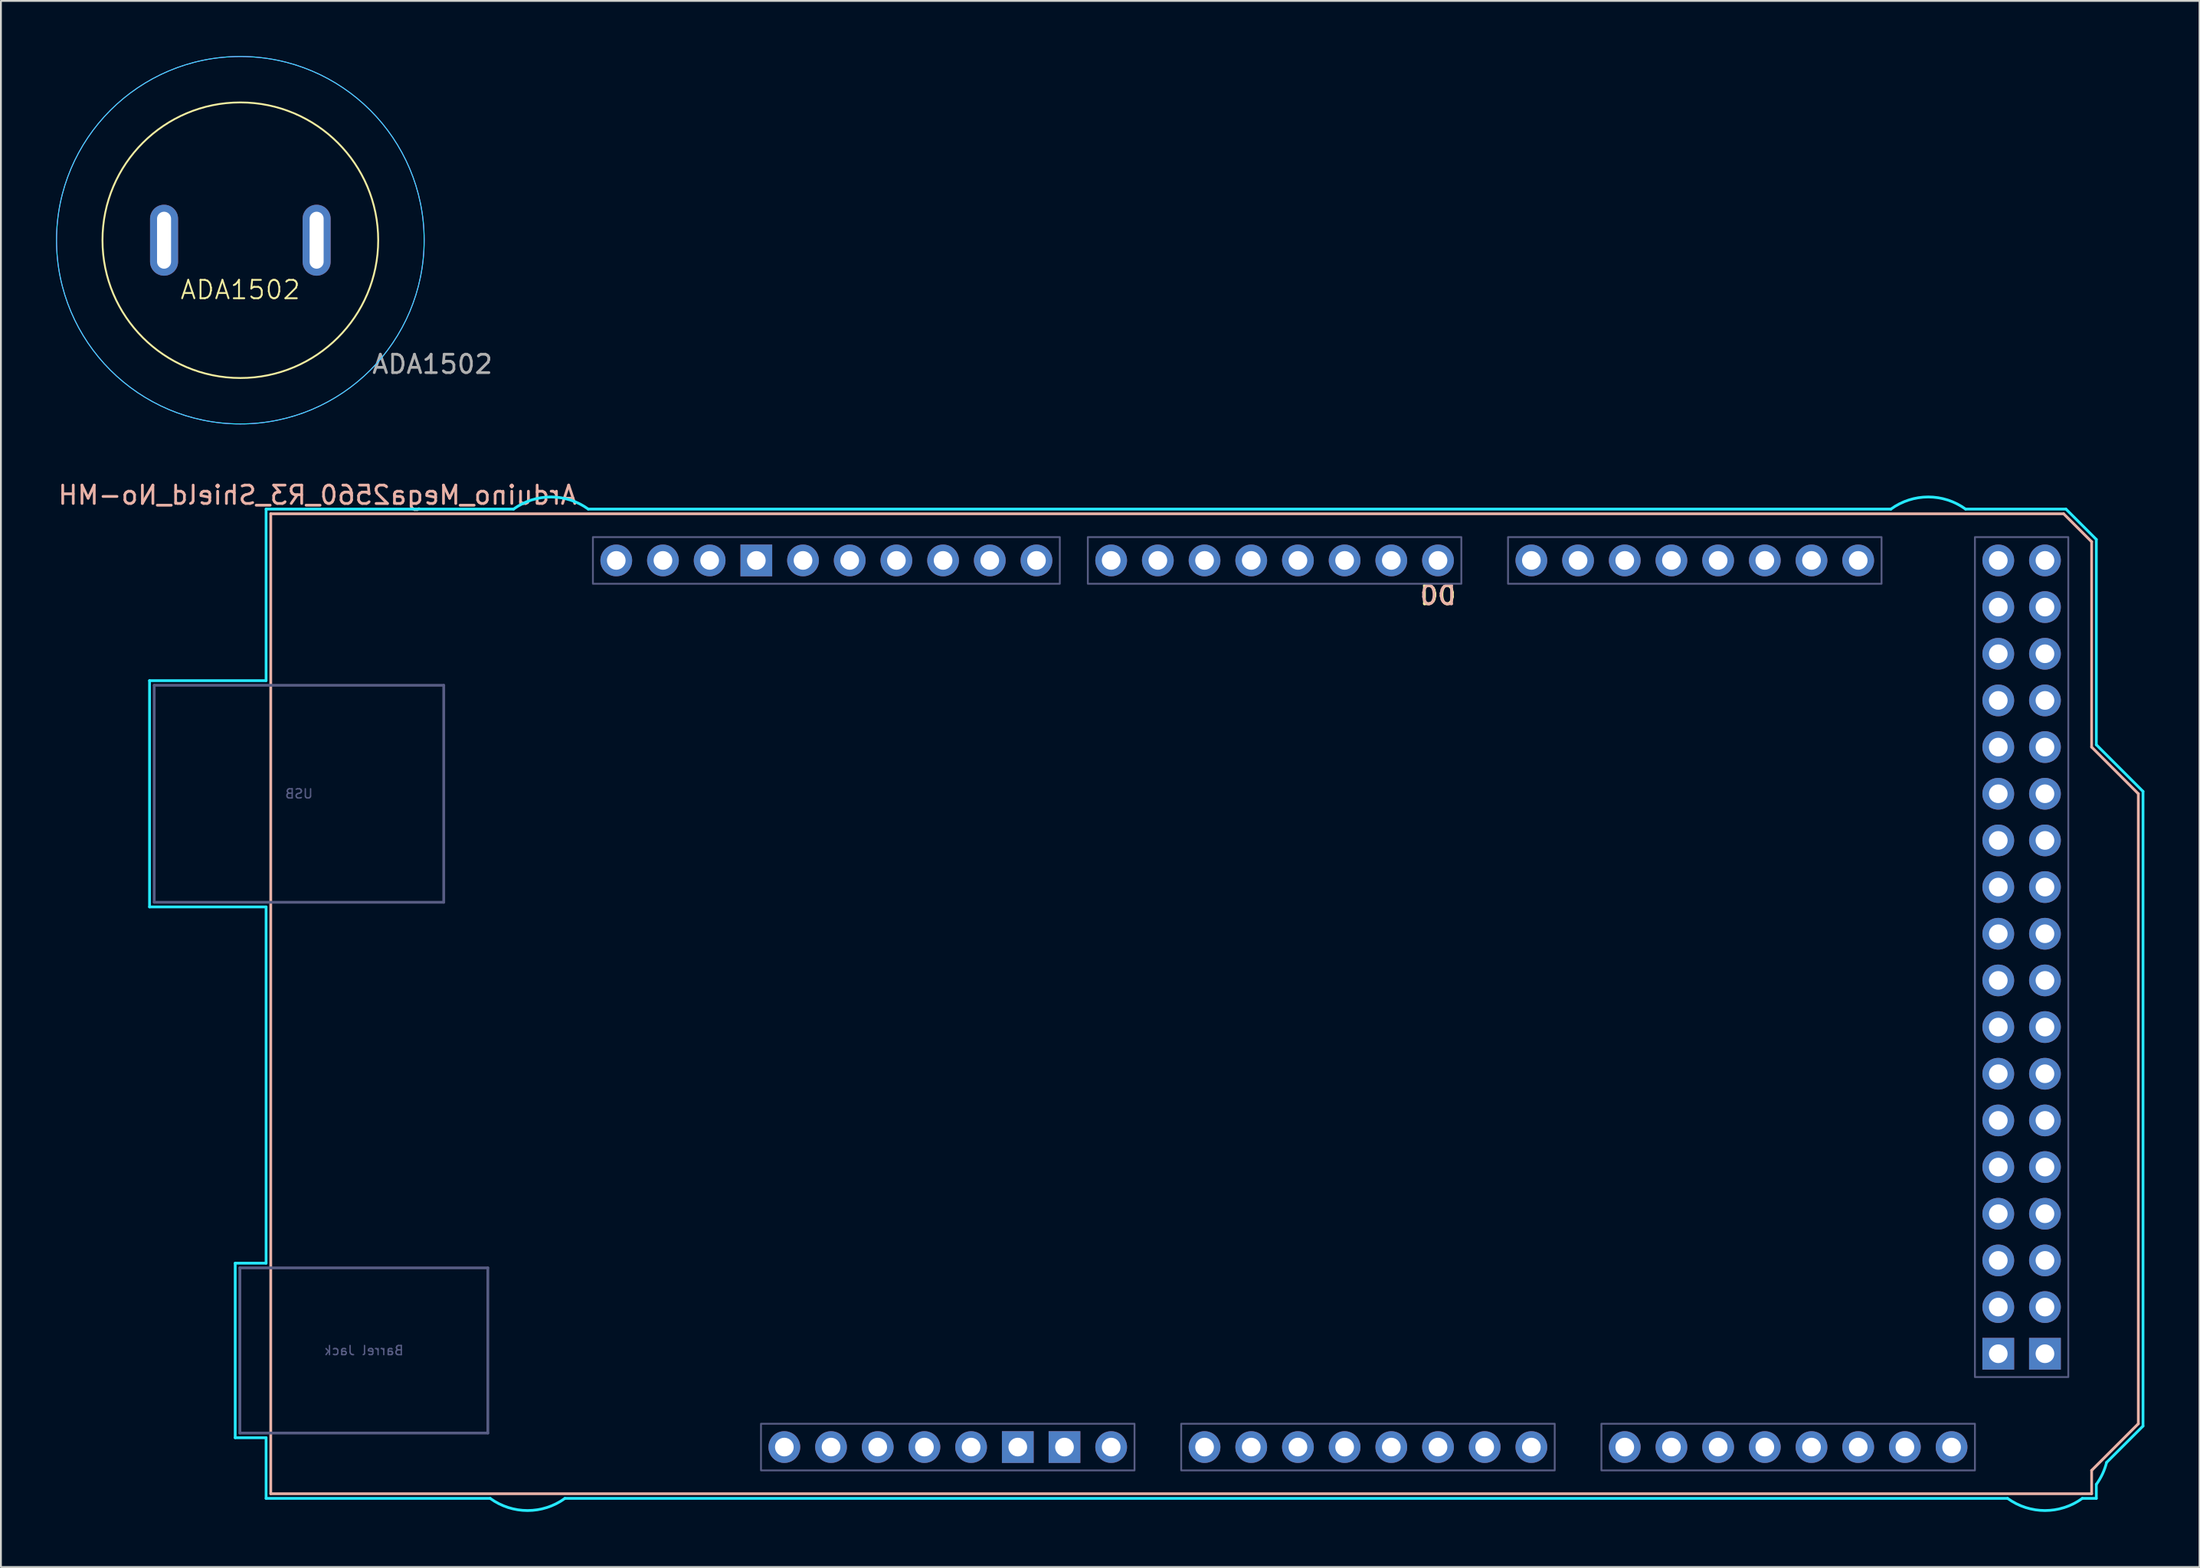
<source format=kicad_pcb>
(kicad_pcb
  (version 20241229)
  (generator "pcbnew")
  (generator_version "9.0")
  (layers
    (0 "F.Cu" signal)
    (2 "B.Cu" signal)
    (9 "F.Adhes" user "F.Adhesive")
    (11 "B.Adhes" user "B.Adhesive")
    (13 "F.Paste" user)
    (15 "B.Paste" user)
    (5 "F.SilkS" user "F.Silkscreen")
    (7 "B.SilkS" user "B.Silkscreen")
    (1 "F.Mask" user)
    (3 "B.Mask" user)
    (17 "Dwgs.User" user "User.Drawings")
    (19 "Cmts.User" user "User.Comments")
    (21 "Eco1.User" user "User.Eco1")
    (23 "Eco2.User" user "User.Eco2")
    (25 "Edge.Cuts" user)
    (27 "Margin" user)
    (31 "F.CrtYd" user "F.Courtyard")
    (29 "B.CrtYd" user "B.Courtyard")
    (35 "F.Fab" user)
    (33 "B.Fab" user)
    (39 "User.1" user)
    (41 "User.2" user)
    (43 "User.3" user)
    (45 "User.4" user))
  (footprint "ADA1502"
    (layer "F.Cu")
    (at 10.025 10.025)
    (property "Reference" "ADA1502" (at 0 2.7 0) (unlocked yes) (layer "F.SilkS") (effects (font (size 1 1) (thickness 0.1))))
    (attr through_hole)
    (fp_circle (center 0 0) (end 7.5 0) (stroke (width 0.1) (type default)) (fill no) (layer "F.SilkS"))
    (fp_circle (center 0 0) (end 10 0) (stroke (width 0.05) (type default)) (fill no) (layer "B.CrtYd"))
    (fp_circle (center 0 0) (end 10 0) (stroke (width 0.05) (type default)) (fill no) (layer "F.CrtYd"))
    (fp_text user "${REFERENCE}" (at 10.45 6.75 0) (unlocked yes) (layer "F.Fab") (effects (font (size 1 1) (thickness 0.15))))
    (pad "1" thru_hole oval (at -4.15 0) (size 1.524 3.862) (drill oval 0.762 3.1) (layers "*.Cu" "*.Mask"))
    (pad "2" thru_hole oval (at 4.15 0) (size 1.524 3.862) (drill oval 0.762 3.1) (layers "*.Cu" "*.Mask")))
  (footprint "Arduino_Mega2560_R3_Shield_No-MH"
    (layer "F.Cu")
    (at 11.68 78.254)
    (property "Reference" "Arduino_Mega2560_R3_Shield_No-MH" (at 2.54 -54.356 0) (layer "B.SilkS") (effects (font (size 1 1) (thickness 0.15)) (justify mirror)))
    (attr through_hole)
    (fp_line (start 0 -53.34) (end 0 0) (stroke (width 0.15) (type solid)) (layer "B.SilkS"))
    (fp_line (start 0 -53.34) (end 97.536 -53.34) (stroke (width 0.15) (type solid)) (layer "B.SilkS"))
    (fp_line (start 0 0) (end 99.06 0) (stroke (width 0.15) (type solid)) (layer "B.SilkS"))
    (fp_line (start 97.536 -53.34) (end 99.06 -51.816) (stroke (width 0.15) (type solid)) (layer "B.SilkS"))
    (fp_line (start 99.06 -40.64) (end 99.06 -51.816) (stroke (width 0.15) (type solid)) (layer "B.SilkS"))
    (fp_line (start 99.06 -1.27) (end 101.6 -3.81) (stroke (width 0.15) (type solid)) (layer "B.SilkS"))
    (fp_line (start 99.06 0) (end 99.06 -1.27) (stroke (width 0.15) (type solid)) (layer "B.SilkS"))
    (fp_line (start 101.6 -38.1) (end 99.06 -40.64) (stroke (width 0.15) (type solid)) (layer "B.SilkS"))
    (fp_line (start 101.6 -3.81) (end 101.6 -38.1) (stroke (width 0.15) (type solid)) (layer "B.SilkS"))
    (fp_line (start -6.594 -44.258) (end -0.254 -44.258) (stroke (width 0.15) (type solid)) (layer "B.CrtYd"))
    (fp_line (start -6.594 -31.94) (end -6.594 -44.258) (stroke (width 0.15) (type solid)) (layer "B.CrtYd"))
    (fp_line (start -1.934 -12.548) (end -1.934 -3.049) (stroke (width 0.15) (type solid)) (layer "B.CrtYd"))
    (fp_line (start -1.934 -12.548) (end -0.254 -12.548) (stroke (width 0.15) (type solid)) (layer "B.CrtYd"))
    (fp_line (start -1.934 -3.049) (end -0.254 -3.049) (stroke (width 0.15) (type solid)) (layer "B.CrtYd"))
    (fp_line (start -0.254 -53.594) (end -0.254 -44.258) (stroke (width 0.15) (type solid)) (layer "B.CrtYd"))
    (fp_line (start -0.254 -31.94) (end -6.594 -31.94) (stroke (width 0.15) (type solid)) (layer "B.CrtYd"))
    (fp_line (start -0.254 -31.94) (end -0.254 -12.548) (stroke (width 0.15) (type solid)) (layer "B.CrtYd"))
    (fp_line (start -0.254 -3.049) (end -0.254 0.254) (stroke (width 0.15) (type solid)) (layer "B.CrtYd"))
    (fp_line (start 11.938 0.254) (end -0.254 0.254) (stroke (width 0.15) (type solid)) (layer "B.CrtYd"))
    (fp_line (start 13.208 -53.594) (end -0.254 -53.594) (stroke (width 0.15) (type solid)) (layer "B.CrtYd"))
    (fp_line (start 16.002 0.254) (end 94.488 0.254) (stroke (width 0.15) (type solid)) (layer "B.CrtYd"))
    (fp_line (start 17.272 -53.594) (end 88.138 -53.594) (stroke (width 0.15) (type solid)) (layer "B.CrtYd"))
    (fp_line (start 97.663 -53.594) (end 92.202 -53.594) (stroke (width 0.15) (type solid)) (layer "B.CrtYd"))
    (fp_line (start 97.663 -53.594) (end 99.314 -51.943) (stroke (width 0.15) (type solid)) (layer "B.CrtYd"))
    (fp_line (start 99.314 -40.767) (end 99.314 -51.943) (stroke (width 0.15) (type solid)) (layer "B.CrtYd"))
    (fp_line (start 99.314 0.254) (end 98.552 0.254) (stroke (width 0.15) (type solid)) (layer "B.CrtYd"))
    (fp_line (start 99.314 0.254) (end 99.314 -0.508) (stroke (width 0.15) (type solid)) (layer "B.CrtYd"))
    (fp_line (start 99.873 -1.702) (end 101.854 -3.683) (stroke (width 0.15) (type solid)) (layer "B.CrtYd"))
    (fp_line (start 101.854 -38.227) (end 99.314 -40.767) (stroke (width 0.15) (type solid)) (layer "B.CrtYd"))
    (fp_line (start 101.854 -3.683) (end 101.854 -38.227) (stroke (width 0.15) (type solid)) (layer "B.CrtYd"))
    (fp_arc (start 13.208 -53.594) (mid 15.24 -54.254237) (end 17.272 -53.594) (stroke (width 0.15) (type solid)) (layer "B.CrtYd"))
    (fp_arc (start 16.002 0.254) (mid 13.97 0.914237) (end 11.938 0.254) (stroke (width 0.15) (type solid)) (layer "B.CrtYd"))
    (fp_arc (start 88.138 -53.594) (mid 90.17 -54.254237) (end 92.202 -53.594) (stroke (width 0.15) (type solid)) (layer "B.CrtYd"))
    (fp_arc (start 98.552 0.254) (mid 96.52 0.914237) (end 94.488 0.254) (stroke (width 0.15) (type solid)) (layer "B.CrtYd"))
    (fp_arc (start 99.8728 -1.7018) (mid 99.650925 -1.077973) (end 99.314 -0.508) (stroke (width 0.15) (type solid)) (layer "B.CrtYd"))
    (fp_line (start -6.34 -44.004) (end 9.41 -44.004) (stroke (width 0.15) (type solid)) (layer "B.Fab"))
    (fp_line (start -6.34 -32.194) (end -6.34 -44.004) (stroke (width 0.15) (type solid)) (layer "B.Fab"))
    (fp_line (start -6.34 -32.194) (end 9.41 -32.194) (stroke (width 0.15) (type solid)) (layer "B.Fab"))
    (fp_line (start -1.68 -12.294) (end -1.68 -3.303) (stroke (width 0.15) (type solid)) (layer "B.Fab"))
    (fp_line (start -1.68 -12.294) (end 11.81 -12.294) (stroke (width 0.15) (type solid)) (layer "B.Fab"))
    (fp_line (start -1.68 -3.303) (end 11.81 -3.303) (stroke (width 0.15) (type solid)) (layer "B.Fab"))
    (fp_line (start 9.41 -32.194) (end 9.41 -44.004) (stroke (width 0.15) (type solid)) (layer "B.Fab"))
    (fp_line (start 11.81 -12.294) (end 11.81 -3.303) (stroke (width 0.15) (type solid)) (layer "B.Fab"))
    (fp_rect (start 17.526 -52.07) (end 42.926 -49.53) (stroke (width 0.1) (type solid)) (fill no) (layer "B.Fab"))
    (fp_rect (start 26.67 -3.81) (end 46.99 -1.27) (stroke (width 0.1) (type solid)) (fill no) (layer "B.Fab"))
    (fp_rect (start 44.45 -52.07) (end 64.77 -49.53) (stroke (width 0.1) (type solid)) (fill no) (layer "B.Fab"))
    (fp_rect (start 49.53 -3.81) (end 69.85 -1.27) (stroke (width 0.1) (type solid)) (fill no) (layer "B.Fab"))
    (fp_rect (start 67.31 -52.07) (end 87.63 -49.53) (stroke (width 0.1) (type solid)) (fill no) (layer "B.Fab"))
    (fp_rect (start 72.39 -3.81) (end 92.71 -1.27) (stroke (width 0.1) (type solid)) (fill no) (layer "B.Fab"))
    (fp_rect (start 92.71 -52.07) (end 97.79 -6.35) (stroke (width 0.1) (type solid)) (fill no) (layer "B.Fab"))
    (fp_text user "D0" (at 63.5 -48.895 0) (unlocked yes) (layer "F.SilkS") (effects (font (size 1 1) (thickness 0.15))))
    (fp_text user "D0" (at 63.5 -48.895 0) (unlocked yes) (layer "B.SilkS") (effects (font (size 1 1) (thickness 0.15)) (justify mirror)))
    (fp_text user "USB" (at 1.535 -38.099 0) (layer "B.Fab") (effects (font (size 0.5 0.5) (thickness 0.075)) (justify mirror)))
    (fp_text user "Barrel Jack" (at 5.065 -7.798 0) (layer "B.Fab") (effects (font (size 0.5 0.5) (thickness 0.075)) (justify mirror)))
    (pad "" thru_hole oval (at 27.94 -2.54) (size 1.727 1.727) (drill 1.016) (layers "*.Cu" "*.Mask"))
    (pad "3V3" thru_hole oval (at 35.56 -2.54) (size 1.727 1.727) (drill 1.016) (layers "*.Cu" "*.Mask"))
    (pad "5V1" thru_hole oval (at 38.1 -2.54) (size 1.727 1.727) (drill 1.016) (layers "*.Cu" "*.Mask"))
    (pad "5V3" thru_hole oval (at 93.98 -50.8) (size 1.727 1.727) (drill 1.016) (layers "*.Cu" "*.Mask"))
    (pad "5V4" thru_hole oval (at 96.52 -50.8) (size 1.727 1.727) (drill 1.016) (layers "*.Cu" "*.Mask"))
    (pad "A0" thru_hole oval (at 50.8 -2.54) (size 1.727 1.727) (drill 1.016) (layers "*.Cu" "*.Mask"))
    (pad "A1" thru_hole oval (at 53.34 -2.54) (size 1.727 1.727) (drill 1.016) (layers "*.Cu" "*.Mask"))
    (pad "A2" thru_hole oval (at 55.88 -2.54) (size 1.727 1.727) (drill 1.016) (layers "*.Cu" "*.Mask"))
    (pad "A3" thru_hole oval (at 58.42 -2.54) (size 1.727 1.727) (drill 1.016) (layers "*.Cu" "*.Mask"))
    (pad "A4" thru_hole oval (at 60.96 -2.54) (size 1.727 1.727) (drill 1.016) (layers "*.Cu" "*.Mask"))
    (pad "A5" thru_hole oval (at 63.5 -2.54) (size 1.727 1.727) (drill 1.016) (layers "*.Cu" "*.Mask"))
    (pad "A6" thru_hole oval (at 66.04 -2.54) (size 1.727 1.727) (drill 1.016) (layers "*.Cu" "*.Mask"))
    (pad "A7" thru_hole oval (at 68.58 -2.54) (size 1.727 1.727) (drill 1.016) (layers "*.Cu" "*.Mask"))
    (pad "A8" thru_hole oval (at 73.66 -2.54) (size 1.727 1.727) (drill 1.016) (layers "*.Cu" "*.Mask"))
    (pad "A9" thru_hole oval (at 76.2 -2.54) (size 1.727 1.727) (drill 1.016) (layers "*.Cu" "*.Mask"))
    (pad "A10" thru_hole oval (at 78.74 -2.54) (size 1.727 1.727) (drill 1.016) (layers "*.Cu" "*.Mask"))
    (pad "A11" thru_hole oval (at 81.28 -2.54) (size 1.727 1.727) (drill 1.016) (layers "*.Cu" "*.Mask"))
    (pad "A12" thru_hole oval (at 83.82 -2.54) (size 1.727 1.727) (drill 1.016) (layers "*.Cu" "*.Mask"))
    (pad "A13" thru_hole oval (at 86.36 -2.54) (size 1.727 1.727) (drill 1.016) (layers "*.Cu" "*.Mask"))
    (pad "A14" thru_hole oval (at 88.9 -2.54) (size 1.727 1.727) (drill 1.016) (layers "*.Cu" "*.Mask"))
    (pad "A15" thru_hole oval (at 91.44 -2.54) (size 1.727 1.727) (drill 1.016) (layers "*.Cu" "*.Mask"))
    (pad "AREF" thru_hole oval (at 23.876 -50.8) (size 1.727 1.727) (drill 1.016) (layers "*.Cu" "*.Mask"))
    (pad "D0" thru_hole oval (at 63.5 -50.8) (size 1.727 1.727) (drill 1.016) (layers "*.Cu" "*.Mask"))
    (pad "D1" thru_hole oval (at 60.96 -50.8) (size 1.727 1.727) (drill 1.016) (layers "*.Cu" "*.Mask"))
    (pad "D2" thru_hole oval (at 58.42 -50.8) (size 1.727 1.727) (drill 1.016) (layers "*.Cu" "*.Mask"))
    (pad "D3" thru_hole oval (at 55.88 -50.8) (size 1.727 1.727) (drill 1.016) (layers "*.Cu" "*.Mask"))
    (pad "D4" thru_hole oval (at 53.34 -50.8) (size 1.727 1.727) (drill 1.016) (layers "*.Cu" "*.Mask"))
    (pad "D5" thru_hole oval (at 50.8 -50.8) (size 1.727 1.727) (drill 1.016) (layers "*.Cu" "*.Mask"))
    (pad "D6" thru_hole oval (at 48.26 -50.8) (size 1.727 1.727) (drill 1.016) (layers "*.Cu" "*.Mask"))
    (pad "D7" thru_hole oval (at 45.72 -50.8) (size 1.727 1.727) (drill 1.016) (layers "*.Cu" "*.Mask"))
    (pad "D8" thru_hole oval (at 41.656 -50.8) (size 1.727 1.727) (drill 1.016) (layers "*.Cu" "*.Mask"))
    (pad "D9" thru_hole oval (at 39.116 -50.8) (size 1.727 1.727) (drill 1.016) (layers "*.Cu" "*.Mask"))
    (pad "D10" thru_hole oval (at 36.576 -50.8) (size 1.727 1.727) (drill 1.016) (layers "*.Cu" "*.Mask"))
    (pad "D11" thru_hole oval (at 34.036 -50.8) (size 1.727 1.727) (drill 1.016) (layers "*.Cu" "*.Mask"))
    (pad "D12" thru_hole oval (at 31.496 -50.8) (size 1.727 1.727) (drill 1.016) (layers "*.Cu" "*.Mask"))
    (pad "D13" thru_hole oval (at 28.956 -50.8) (size 1.727 1.727) (drill 1.016) (layers "*.Cu" "*.Mask"))
    (pad "D14" thru_hole oval (at 68.58 -50.8) (size 1.727 1.727) (drill 1.016) (layers "*.Cu" "*.Mask"))
    (pad "D15" thru_hole oval (at 71.12 -50.8) (size 1.727 1.727) (drill 1.016) (layers "*.Cu" "*.Mask"))
    (pad "D16" thru_hole oval (at 73.66 -50.8) (size 1.727 1.727) (drill 1.016) (layers "*.Cu" "*.Mask"))
    (pad "D17" thru_hole oval (at 76.2 -50.8) (size 1.727 1.727) (drill 1.016) (layers "*.Cu" "*.Mask"))
    (pad "D18" thru_hole oval (at 78.74 -50.8) (size 1.727 1.727) (drill 1.016) (layers "*.Cu" "*.Mask"))
    (pad "D19" thru_hole oval (at 81.28 -50.8) (size 1.727 1.727) (drill 1.016) (layers "*.Cu" "*.Mask"))
    (pad "D20" thru_hole oval (at 83.82 -50.8) (size 1.727 1.727) (drill 1.016) (layers "*.Cu" "*.Mask"))
    (pad "D21" thru_hole oval (at 86.36 -50.8) (size 1.727 1.727) (drill 1.016) (layers "*.Cu" "*.Mask"))
    (pad "D22" thru_hole oval (at 93.98 -48.26) (size 1.727 1.727) (drill 1.016) (layers "*.Cu" "*.Mask"))
    (pad "D23" thru_hole oval (at 96.52 -48.26) (size 1.727 1.727) (drill 1.016) (layers "*.Cu" "*.Mask"))
    (pad "D24" thru_hole oval (at 93.98 -45.72) (size 1.727 1.727) (drill 1.016) (layers "*.Cu" "*.Mask"))
    (pad "D25" thru_hole oval (at 96.52 -45.72) (size 1.727 1.727) (drill 1.016) (layers "*.Cu" "*.Mask"))
    (pad "D26" thru_hole oval (at 93.98 -43.18) (size 1.727 1.727) (drill 1.016) (layers "*.Cu" "*.Mask"))
    (pad "D27" thru_hole oval (at 96.52 -43.18) (size 1.727 1.727) (drill 1.016) (layers "*.Cu" "*.Mask"))
    (pad "D28" thru_hole oval (at 93.98 -40.64) (size 1.727 1.727) (drill 1.016) (layers "*.Cu" "*.Mask"))
    (pad "D29" thru_hole oval (at 96.52 -40.64) (size 1.727 1.727) (drill 1.016) (layers "*.Cu" "*.Mask"))
    (pad "D30" thru_hole oval (at 93.98 -38.1) (size 1.727 1.727) (drill 1.016) (layers "*.Cu" "*.Mask"))
    (pad "D31" thru_hole oval (at 96.52 -38.1) (size 1.727 1.727) (drill 1.016) (layers "*.Cu" "*.Mask"))
    (pad "D32" thru_hole oval (at 93.98 -35.56) (size 1.727 1.727) (drill 1.016) (layers "*.Cu" "*.Mask"))
    (pad "D33" thru_hole oval (at 96.52 -35.56) (size 1.727 1.727) (drill 1.016) (layers "*.Cu" "*.Mask"))
    (pad "D34" thru_hole oval (at 93.98 -33.02) (size 1.727 1.727) (drill 1.016) (layers "*.Cu" "*.Mask"))
    (pad "D35" thru_hole oval (at 96.52 -33.02) (size 1.727 1.727) (drill 1.016) (layers "*.Cu" "*.Mask"))
    (pad "D36" thru_hole oval (at 93.98 -30.48) (size 1.727 1.727) (drill 1.016) (layers "*.Cu" "*.Mask"))
    (pad "D37" thru_hole oval (at 96.52 -30.48) (size 1.727 1.727) (drill 1.016) (layers "*.Cu" "*.Mask"))
    (pad "D38" thru_hole oval (at 93.98 -27.94) (size 1.727 1.727) (drill 1.016) (layers "*.Cu" "*.Mask"))
    (pad "D39" thru_hole oval (at 96.52 -27.94) (size 1.727 1.727) (drill 1.016) (layers "*.Cu" "*.Mask"))
    (pad "D40" thru_hole oval (at 93.98 -25.4) (size 1.727 1.727) (drill 1.016) (layers "*.Cu" "*.Mask"))
    (pad "D41" thru_hole oval (at 96.52 -25.4) (size 1.727 1.727) (drill 1.016) (layers "*.Cu" "*.Mask"))
    (pad "D42" thru_hole oval (at 93.98 -22.86) (size 1.727 1.727) (drill 1.016) (layers "*.Cu" "*.Mask"))
    (pad "D43" thru_hole oval (at 96.52 -22.86) (size 1.727 1.727) (drill 1.016) (layers "*.Cu" "*.Mask"))
    (pad "D44" thru_hole oval (at 93.98 -20.32) (size 1.727 1.727) (drill 1.016) (layers "*.Cu" "*.Mask"))
    (pad "D45" thru_hole oval (at 96.52 -20.32) (size 1.727 1.727) (drill 1.016) (layers "*.Cu" "*.Mask"))
    (pad "D46" thru_hole oval (at 93.98 -17.78) (size 1.727 1.727) (drill 1.016) (layers "*.Cu" "*.Mask"))
    (pad "D47" thru_hole oval (at 96.52 -17.78) (size 1.727 1.727) (drill 1.016) (layers "*.Cu" "*.Mask"))
    (pad "D48" thru_hole oval (at 93.98 -15.24) (size 1.727 1.727) (drill 1.016) (layers "*.Cu" "*.Mask"))
    (pad "D49" thru_hole oval (at 96.52 -15.24) (size 1.727 1.727) (drill 1.016) (layers "*.Cu" "*.Mask"))
    (pad "D50" thru_hole oval (at 93.98 -12.7) (size 1.727 1.727) (drill 1.016) (layers "*.Cu" "*.Mask"))
    (pad "D51" thru_hole oval (at 96.52 -12.7) (size 1.727 1.727) (drill 1.016) (layers "*.Cu" "*.Mask"))
    (pad "D52" thru_hole oval (at 93.98 -10.16) (size 1.727 1.727) (drill 1.016) (layers "*.Cu" "*.Mask"))
    (pad "D53" thru_hole oval (at 96.52 -10.16) (size 1.727 1.727) (drill 1.016) (layers "*.Cu" "*.Mask"))
    (pad "GND1" thru_hole rect (at 26.416 -50.8) (size 1.727 1.727) (drill 1.016) (layers "*.Cu" "*.Mask"))
    (pad "GND2" thru_hole rect (at 40.64 -2.54) (size 1.727 1.727) (drill 1.016) (layers "*.Cu" "*.Mask"))
    (pad "GND3" thru_hole rect (at 43.18 -2.54) (size 1.727 1.727) (drill 1.016) (layers "*.Cu" "*.Mask"))
    (pad "GND5" thru_hole rect (at 93.98 -7.62) (size 1.727 1.727) (drill 1.016) (layers "*.Cu" "*.Mask"))
    (pad "GND6" thru_hole rect (at 96.52 -7.62) (size 1.727 1.727) (drill 1.016) (layers "*.Cu" "*.Mask"))
    (pad "IORF" thru_hole oval (at 30.48 -2.54) (size 1.727 1.727) (drill 1.016) (layers "*.Cu" "*.Mask"))
    (pad "RST1" thru_hole oval (at 33.02 -2.54) (size 1.727 1.727) (drill 1.016) (layers "*.Cu" "*.Mask"))
    (pad "SCL" thru_hole oval (at 18.796 -50.8) (size 1.727 1.727) (drill 1.016) (layers "*.Cu" "*.Mask"))
    (pad "SDA" thru_hole oval (at 21.336 -50.8) (size 1.727 1.727) (drill 1.016) (layers "*.Cu" "*.Mask"))
    (pad "VIN" thru_hole oval (at 45.72 -2.54) (size 1.727 1.727) (drill 1.016) (layers "*.Cu" "*.Mask")))
  (gr_rect
    (start -3 -3)
    (end 116.609 82.243)
    (stroke (width 0.1) (type default))
    (fill no)
    (layer "Edge.Cuts")))
</source>
